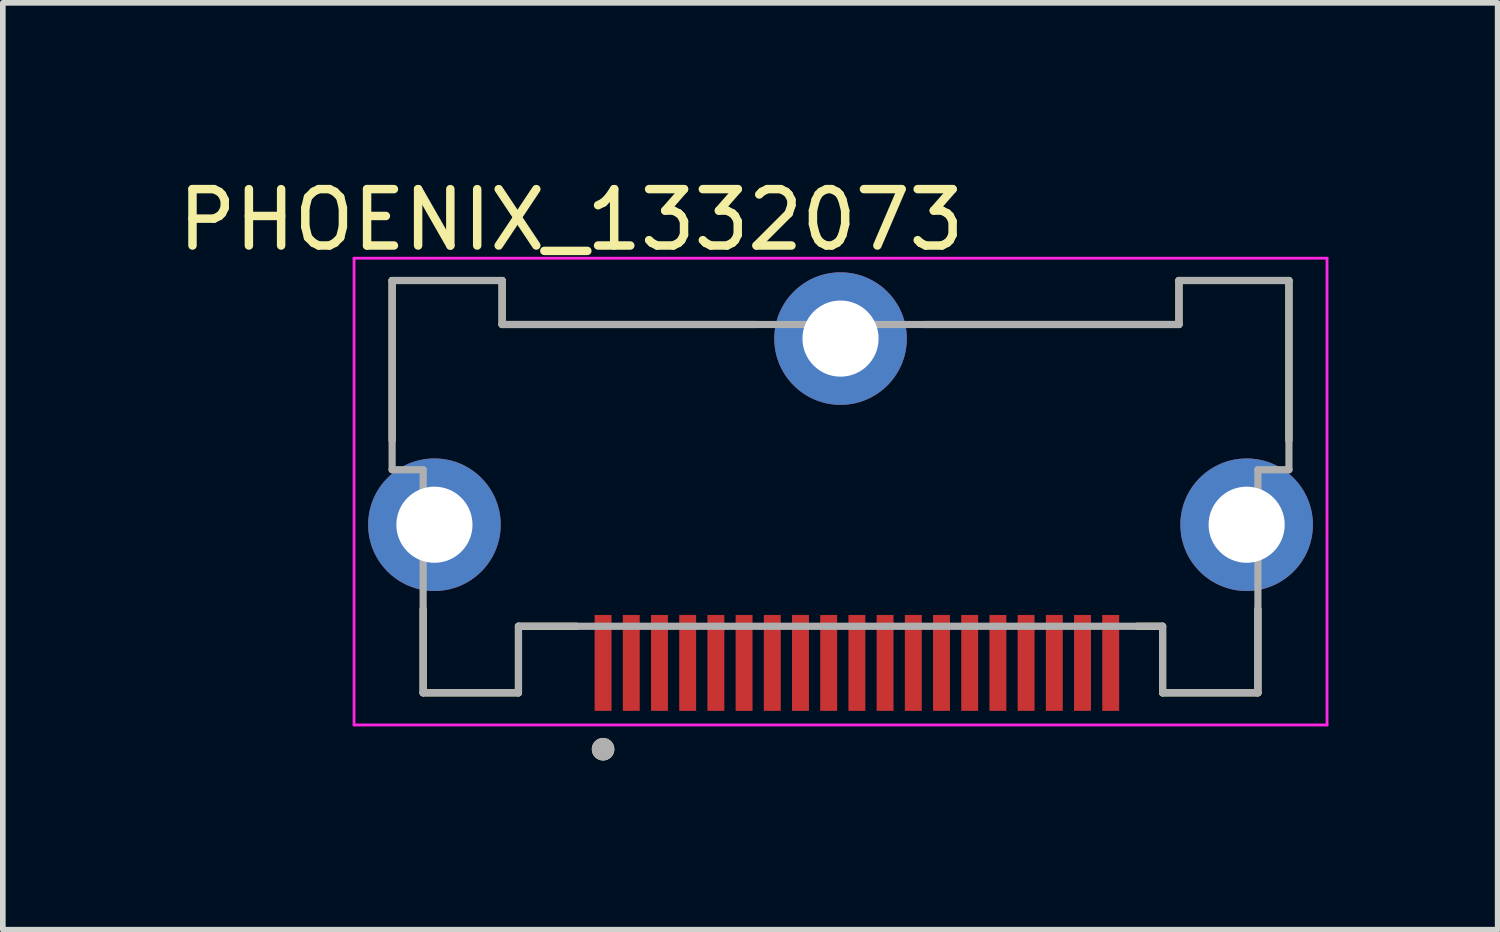
<source format=kicad_pcb>
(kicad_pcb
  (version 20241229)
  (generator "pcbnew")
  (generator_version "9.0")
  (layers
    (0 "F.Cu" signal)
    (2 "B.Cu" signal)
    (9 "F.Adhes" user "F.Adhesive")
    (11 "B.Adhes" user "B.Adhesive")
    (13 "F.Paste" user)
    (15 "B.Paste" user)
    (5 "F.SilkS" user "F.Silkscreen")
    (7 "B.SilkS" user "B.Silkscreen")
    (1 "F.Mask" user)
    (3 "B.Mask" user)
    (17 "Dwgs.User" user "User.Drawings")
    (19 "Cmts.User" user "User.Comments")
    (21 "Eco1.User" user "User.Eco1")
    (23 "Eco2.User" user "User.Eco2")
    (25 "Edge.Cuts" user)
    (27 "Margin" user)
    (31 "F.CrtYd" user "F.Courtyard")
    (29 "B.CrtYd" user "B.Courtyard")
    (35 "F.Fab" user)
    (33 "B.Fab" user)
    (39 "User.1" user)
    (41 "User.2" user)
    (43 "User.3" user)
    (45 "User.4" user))
  (footprint "PHOENIX_1332073"
    (layer "F.Cu")
    (at 3.902 9.233)
    (property "Reference" "PHOENIX_1332073" (at 3.175 -8.385 0) (layer "F.SilkS") (effects (font (size 1 1) (thickness 0.15))))
    (attr smd)
    (fp_line (start 0 -7.31) (end 1.95 -7.31) (stroke (width 0.127) (type solid)) (layer "F.SilkS"))
    (fp_line (start 0 -4.475) (end 0 -7.31) (stroke (width 0.127) (type solid)) (layer "F.SilkS"))
    (fp_line (start 0.55 -1.485) (end 0.55 0) (stroke (width 0.127) (type solid)) (layer "F.SilkS"))
    (fp_line (start 1.95 -7.31) (end 1.95 -6.53) (stroke (width 0.127) (type solid)) (layer "F.SilkS"))
    (fp_line (start 1.95 -6.53) (end 6.455 -6.53) (stroke (width 0.127) (type solid)) (layer "F.SilkS"))
    (fp_line (start 2.24 -1.18) (end 3.27 -1.18) (stroke (width 0.127) (type solid)) (layer "F.SilkS"))
    (fp_line (start 2.24 0) (end 0.55 0) (stroke (width 0.127) (type solid)) (layer "F.SilkS"))
    (fp_line (start 2.24 0) (end 2.24 -1.18) (stroke (width 0.127) (type solid)) (layer "F.SilkS"))
    (fp_line (start 13.66 -1.18) (end 13.21 -1.18) (stroke (width 0.127) (type solid)) (layer "F.SilkS"))
    (fp_line (start 13.66 0) (end 13.66 -1.18) (stroke (width 0.127) (type solid)) (layer "F.SilkS"))
    (fp_line (start 13.66 0) (end 15.35 0) (stroke (width 0.127) (type solid)) (layer "F.SilkS"))
    (fp_line (start 13.95 -7.31) (end 13.95 -6.53) (stroke (width 0.127) (type solid)) (layer "F.SilkS"))
    (fp_line (start 13.95 -6.53) (end 9.445 -6.53) (stroke (width 0.127) (type solid)) (layer "F.SilkS"))
    (fp_line (start 15.35 -1.485) (end 15.35 0) (stroke (width 0.127) (type solid)) (layer "F.SilkS"))
    (fp_line (start 15.9 -7.31) (end 13.95 -7.31) (stroke (width 0.127) (type solid)) (layer "F.SilkS"))
    (fp_line (start 15.9 -4.475) (end 15.9 -7.31) (stroke (width 0.127) (type solid)) (layer "F.SilkS"))
    (fp_circle (center 3.74 1) (end 3.84 1) (stroke (width 0.2) (type solid)) (fill no) (layer "F.SilkS"))
    (fp_line (start -0.675 -7.705) (end 16.575 -7.705) (stroke (width 0.05) (type solid)) (layer "F.CrtYd"))
    (fp_line (start -0.675 0.57) (end -0.675 -7.705) (stroke (width 0.05) (type solid)) (layer "F.CrtYd"))
    (fp_line (start 16.575 -7.705) (end 16.575 0.57) (stroke (width 0.05) (type solid)) (layer "F.CrtYd"))
    (fp_line (start 16.575 0.57) (end -0.675 0.57) (stroke (width 0.05) (type solid)) (layer "F.CrtYd"))
    (fp_line (start 0 -7.31) (end 1.95 -7.31) (stroke (width 0.127) (type solid)) (layer "F.Fab"))
    (fp_line (start 0 -3.955) (end 0 -7.31) (stroke (width 0.127) (type solid)) (layer "F.Fab"))
    (fp_line (start 0 -3.955) (end 0.55 -3.955) (stroke (width 0.127) (type solid)) (layer "F.Fab"))
    (fp_line (start 0.55 -3.955) (end 0.55 0) (stroke (width 0.127) (type solid)) (layer "F.Fab"))
    (fp_line (start 1.95 -7.31) (end 1.95 -6.53) (stroke (width 0.127) (type solid)) (layer "F.Fab"))
    (fp_line (start 1.95 -6.53) (end 13.95 -6.53) (stroke (width 0.127) (type solid)) (layer "F.Fab"))
    (fp_line (start 2.24 -1.18) (end 13.66 -1.18) (stroke (width 0.127) (type solid)) (layer "F.Fab"))
    (fp_line (start 2.24 0) (end 0.55 0) (stroke (width 0.127) (type solid)) (layer "F.Fab"))
    (fp_line (start 2.24 0) (end 2.24 -1.18) (stroke (width 0.127) (type solid)) (layer "F.Fab"))
    (fp_line (start 13.66 0) (end 13.66 -1.18) (stroke (width 0.127) (type solid)) (layer "F.Fab"))
    (fp_line (start 13.95 -7.31) (end 13.95 -6.53) (stroke (width 0.127) (type solid)) (layer "F.Fab"))
    (fp_line (start 13.95 -7.31) (end 15.9 -7.31) (stroke (width 0.127) (type solid)) (layer "F.Fab"))
    (fp_line (start 15.35 -3.955) (end 15.35 0) (stroke (width 0.127) (type solid)) (layer "F.Fab"))
    (fp_line (start 15.35 0) (end 13.66 0) (stroke (width 0.127) (type solid)) (layer "F.Fab"))
    (fp_line (start 15.9 -7.31) (end 15.9 -3.955) (stroke (width 0.127) (type solid)) (layer "F.Fab"))
    (fp_line (start 15.9 -3.955) (end 15.35 -3.955) (stroke (width 0.127) (type solid)) (layer "F.Fab"))
    (fp_circle (center 3.74 1) (end 3.84 1) (stroke (width 0.2) (type solid)) (fill no) (layer "F.Fab"))
    (pad "1" smd rect (at 3.74 -0.53) (size 0.3 1.7) (layers "F.Cu" "F.Mask" "F.Paste"))
    (pad "2" smd rect (at 4.24 -0.53) (size 0.3 1.7) (layers "F.Cu" "F.Mask" "F.Paste"))
    (pad "3" smd rect (at 4.74 -0.53) (size 0.3 1.7) (layers "F.Cu" "F.Mask" "F.Paste"))
    (pad "4" smd rect (at 5.24 -0.53) (size 0.3 1.7) (layers "F.Cu" "F.Mask" "F.Paste"))
    (pad "5" smd rect (at 5.74 -0.53) (size 0.3 1.7) (layers "F.Cu" "F.Mask" "F.Paste"))
    (pad "6" smd rect (at 6.24 -0.53) (size 0.3 1.7) (layers "F.Cu" "F.Mask" "F.Paste"))
    (pad "7" smd rect (at 6.74 -0.53) (size 0.3 1.7) (layers "F.Cu" "F.Mask" "F.Paste"))
    (pad "8" smd rect (at 7.24 -0.53) (size 0.3 1.7) (layers "F.Cu" "F.Mask" "F.Paste"))
    (pad "9" smd rect (at 7.74 -0.53) (size 0.3 1.7) (layers "F.Cu" "F.Mask" "F.Paste"))
    (pad "10" smd rect (at 8.24 -0.53) (size 0.3 1.7) (layers "F.Cu" "F.Mask" "F.Paste"))
    (pad "11" smd rect (at 8.74 -0.53) (size 0.3 1.7) (layers "F.Cu" "F.Mask" "F.Paste"))
    (pad "12" smd rect (at 9.24 -0.53) (size 0.3 1.7) (layers "F.Cu" "F.Mask" "F.Paste"))
    (pad "13" smd rect (at 9.74 -0.53) (size 0.3 1.7) (layers "F.Cu" "F.Mask" "F.Paste"))
    (pad "14" smd rect (at 10.24 -0.53) (size 0.3 1.7) (layers "F.Cu" "F.Mask" "F.Paste"))
    (pad "15" smd rect (at 10.74 -0.53) (size 0.3 1.7) (layers "F.Cu" "F.Mask" "F.Paste"))
    (pad "16" smd rect (at 11.24 -0.53) (size 0.3 1.7) (layers "F.Cu" "F.Mask" "F.Paste"))
    (pad "17" smd rect (at 11.74 -0.53) (size 0.3 1.7) (layers "F.Cu" "F.Mask" "F.Paste"))
    (pad "18" smd rect (at 12.24 -0.53) (size 0.3 1.7) (layers "F.Cu" "F.Mask" "F.Paste"))
    (pad "19" smd rect (at 12.74 -0.53) (size 0.3 1.7) (layers "F.Cu" "F.Mask" "F.Paste"))
    (pad "SH1" thru_hole circle (at 0.75 -2.98) (size 2.35 2.35) (drill 1.35) (layers "*.Cu" "*.Mask"))
    (pad "SH2" thru_hole circle (at 7.95 -6.28) (size 2.35 2.35) (drill 1.35) (layers "*.Cu" "*.Mask"))
    (pad "SH3" thru_hole circle (at 15.15 -2.98) (size 2.35 2.35) (drill 1.35) (layers "*.Cu" "*.Mask")))
  (gr_rect
    (start -3 -3)
    (end 23.502 13.433)
    (stroke (width 0.1) (type default))
    (fill no)
    (layer "Edge.Cuts")))
</source>
